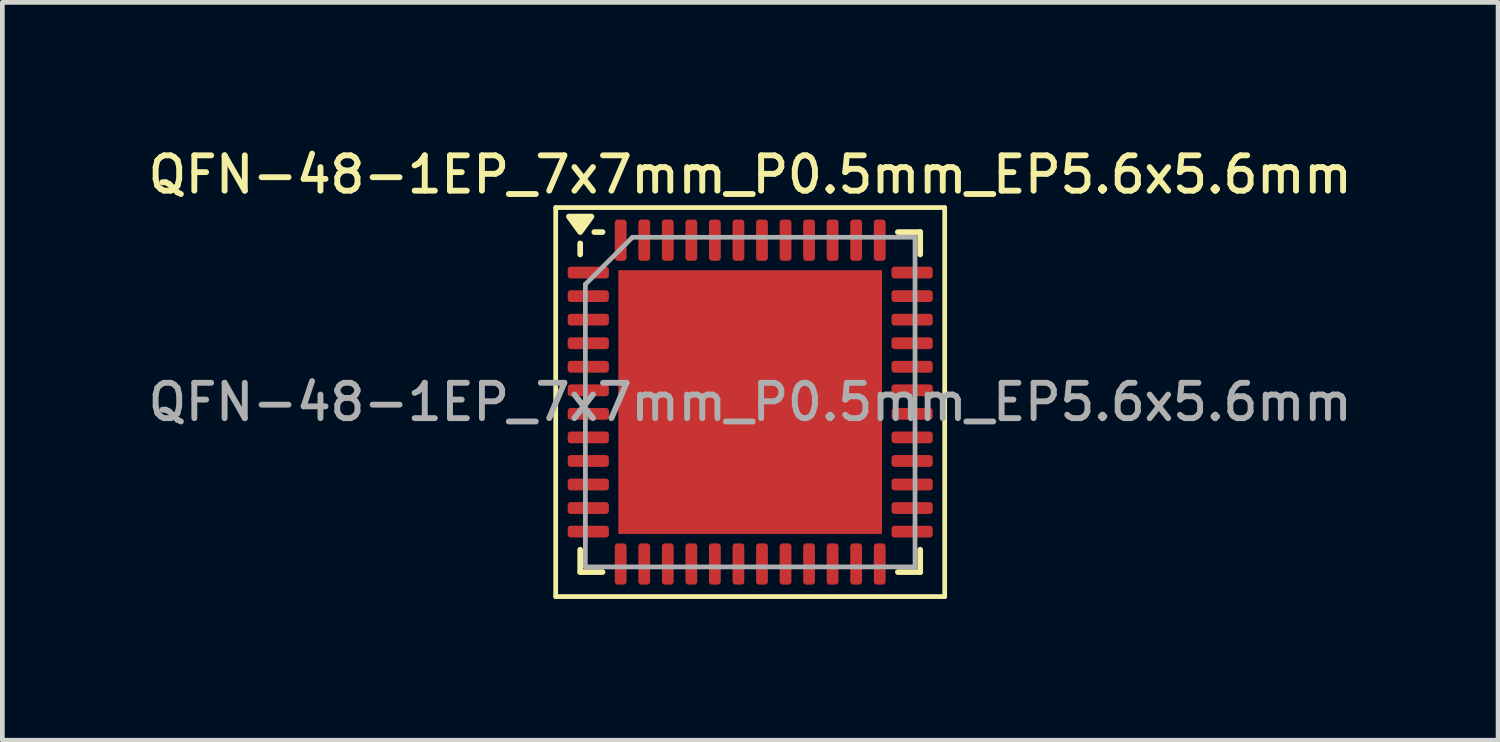
<source format=kicad_pcb>
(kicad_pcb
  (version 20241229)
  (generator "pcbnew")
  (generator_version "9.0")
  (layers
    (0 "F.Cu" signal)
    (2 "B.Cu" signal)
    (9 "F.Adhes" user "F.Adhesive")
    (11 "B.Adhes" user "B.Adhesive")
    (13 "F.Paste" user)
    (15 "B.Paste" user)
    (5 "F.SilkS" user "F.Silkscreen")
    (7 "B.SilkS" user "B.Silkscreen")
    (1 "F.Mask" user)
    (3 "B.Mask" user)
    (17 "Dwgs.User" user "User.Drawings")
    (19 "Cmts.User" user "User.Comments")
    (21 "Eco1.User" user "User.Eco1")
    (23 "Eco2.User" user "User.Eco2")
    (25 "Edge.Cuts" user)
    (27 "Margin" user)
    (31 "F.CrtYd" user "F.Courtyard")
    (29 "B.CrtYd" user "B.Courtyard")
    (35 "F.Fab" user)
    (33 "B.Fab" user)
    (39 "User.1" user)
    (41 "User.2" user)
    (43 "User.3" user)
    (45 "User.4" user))
  (footprint "QFN-48-1EP_7x7mm_P0.5mm_EP5.6x5.6mm"
    (layer "F.Cu")
    (at 12.88 5.488)
    (property "Reference" "QFN-48-1EP_7x7mm_P0.5mm_EP5.6x5.6mm" (at 0 -4.83 0) (layer "F.SilkS") (effects (font (size 0.75 0.75) (thickness 0.125))))
    (attr smd)
    (fp_line (start -4.13 -4.13) (end -4.13 4.13) (stroke (width 0.1) (type solid)) (layer "F.SilkS"))
    (fp_line (start -4.13 4.13) (end 4.13 4.13) (stroke (width 0.1) (type solid)) (layer "F.SilkS"))
    (fp_line (start -3.61 -3.135) (end -3.61 -3.37) (stroke (width 0.12) (type solid)) (layer "F.SilkS"))
    (fp_line (start -3.61 3.61) (end -3.61 3.135) (stroke (width 0.12) (type solid)) (layer "F.SilkS"))
    (fp_line (start -3.135 -3.61) (end -3.31 -3.61) (stroke (width 0.12) (type solid)) (layer "F.SilkS"))
    (fp_line (start -3.135 3.61) (end -3.61 3.61) (stroke (width 0.12) (type solid)) (layer "F.SilkS"))
    (fp_line (start 3.135 -3.61) (end 3.61 -3.61) (stroke (width 0.12) (type solid)) (layer "F.SilkS"))
    (fp_line (start 3.135 3.61) (end 3.61 3.61) (stroke (width 0.12) (type solid)) (layer "F.SilkS"))
    (fp_line (start 3.61 -3.61) (end 3.61 -3.135) (stroke (width 0.12) (type solid)) (layer "F.SilkS"))
    (fp_line (start 3.61 3.61) (end 3.61 3.135) (stroke (width 0.12) (type solid)) (layer "F.SilkS"))
    (fp_line (start 4.13 -4.13) (end -4.13 -4.13) (stroke (width 0.1) (type solid)) (layer "F.SilkS"))
    (fp_line (start 4.13 4.13) (end 4.13 -4.13) (stroke (width 0.1) (type solid)) (layer "F.SilkS"))
    (fp_poly (pts (xy -3.61 -3.61) (xy -3.85 -3.94) (xy -3.37 -3.94) (xy -3.61 -3.61)) (stroke (width 0.12) (type solid)) (fill yes) (layer "F.SilkS"))
    (fp_line (start -3.5 -2.5) (end -2.5 -3.5) (stroke (width 0.1) (type solid)) (layer "F.Fab"))
    (fp_line (start -3.5 3.5) (end -3.5 -2.5) (stroke (width 0.1) (type solid)) (layer "F.Fab"))
    (fp_line (start -2.5 -3.5) (end 3.5 -3.5) (stroke (width 0.1) (type solid)) (layer "F.Fab"))
    (fp_line (start 3.5 -3.5) (end 3.5 3.5) (stroke (width 0.1) (type solid)) (layer "F.Fab"))
    (fp_line (start 3.5 3.5) (end -3.5 3.5) (stroke (width 0.1) (type solid)) (layer "F.Fab"))
    (fp_text user "${REFERENCE}" (at 0 0 0) (layer "F.Fab") (effects (font (size 0.75 0.75) (thickness 0.125))))
    (pad "" smd roundrect (at -2.1 -2.1) (size 1.13 1.13) (layers "F.Paste") (roundrect_rratio 0.221))
    (pad "" smd roundrect (at -2.1 -0.7) (size 1.13 1.13) (layers "F.Paste") (roundrect_rratio 0.221))
    (pad "" smd roundrect (at -2.1 0.7) (size 1.13 1.13) (layers "F.Paste") (roundrect_rratio 0.221))
    (pad "" smd roundrect (at -2.1 2.1) (size 1.13 1.13) (layers "F.Paste") (roundrect_rratio 0.221))
    (pad "" smd roundrect (at -0.7 -2.1) (size 1.13 1.13) (layers "F.Paste") (roundrect_rratio 0.221))
    (pad "" smd roundrect (at -0.7 -0.7) (size 1.13 1.13) (layers "F.Paste") (roundrect_rratio 0.221))
    (pad "" smd roundrect (at -0.7 0.7) (size 1.13 1.13) (layers "F.Paste") (roundrect_rratio 0.221))
    (pad "" smd roundrect (at -0.7 2.1) (size 1.13 1.13) (layers "F.Paste") (roundrect_rratio 0.221))
    (pad "" smd roundrect (at 0.7 -2.1) (size 1.13 1.13) (layers "F.Paste") (roundrect_rratio 0.221))
    (pad "" smd roundrect (at 0.7 -0.7) (size 1.13 1.13) (layers "F.Paste") (roundrect_rratio 0.221))
    (pad "" smd roundrect (at 0.7 0.7) (size 1.13 1.13) (layers "F.Paste") (roundrect_rratio 0.221))
    (pad "" smd roundrect (at 0.7 2.1) (size 1.13 1.13) (layers "F.Paste") (roundrect_rratio 0.221))
    (pad "" smd roundrect (at 2.1 -2.1) (size 1.13 1.13) (layers "F.Paste") (roundrect_rratio 0.221))
    (pad "" smd roundrect (at 2.1 -0.7) (size 1.13 1.13) (layers "F.Paste") (roundrect_rratio 0.221))
    (pad "" smd roundrect (at 2.1 0.7) (size 1.13 1.13) (layers "F.Paste") (roundrect_rratio 0.221))
    (pad "" smd roundrect (at 2.1 2.1) (size 1.13 1.13) (layers "F.Paste") (roundrect_rratio 0.221))
    (pad "1" smd roundrect (at -3.438 -2.75) (size 0.875 0.25) (layers "F.Cu" "F.Mask" "F.Paste") (roundrect_rratio 0.25))
    (pad "2" smd roundrect (at -3.438 -2.25) (size 0.875 0.25) (layers "F.Cu" "F.Mask" "F.Paste") (roundrect_rratio 0.25))
    (pad "3" smd roundrect (at -3.438 -1.75) (size 0.875 0.25) (layers "F.Cu" "F.Mask" "F.Paste") (roundrect_rratio 0.25))
    (pad "4" smd roundrect (at -3.438 -1.25) (size 0.875 0.25) (layers "F.Cu" "F.Mask" "F.Paste") (roundrect_rratio 0.25))
    (pad "5" smd roundrect (at -3.438 -0.75) (size 0.875 0.25) (layers "F.Cu" "F.Mask" "F.Paste") (roundrect_rratio 0.25))
    (pad "6" smd roundrect (at -3.438 -0.25) (size 0.875 0.25) (layers "F.Cu" "F.Mask" "F.Paste") (roundrect_rratio 0.25))
    (pad "7" smd roundrect (at -3.438 0.25) (size 0.875 0.25) (layers "F.Cu" "F.Mask" "F.Paste") (roundrect_rratio 0.25))
    (pad "8" smd roundrect (at -3.438 0.75) (size 0.875 0.25) (layers "F.Cu" "F.Mask" "F.Paste") (roundrect_rratio 0.25))
    (pad "9" smd roundrect (at -3.438 1.25) (size 0.875 0.25) (layers "F.Cu" "F.Mask" "F.Paste") (roundrect_rratio 0.25))
    (pad "10" smd roundrect (at -3.438 1.75) (size 0.875 0.25) (layers "F.Cu" "F.Mask" "F.Paste") (roundrect_rratio 0.25))
    (pad "11" smd roundrect (at -3.438 2.25) (size 0.875 0.25) (layers "F.Cu" "F.Mask" "F.Paste") (roundrect_rratio 0.25))
    (pad "12" smd roundrect (at -3.438 2.75) (size 0.875 0.25) (layers "F.Cu" "F.Mask" "F.Paste") (roundrect_rratio 0.25))
    (pad "13" smd roundrect (at -2.75 3.438) (size 0.25 0.875) (layers "F.Cu" "F.Mask" "F.Paste") (roundrect_rratio 0.25))
    (pad "14" smd roundrect (at -2.25 3.438) (size 0.25 0.875) (layers "F.Cu" "F.Mask" "F.Paste") (roundrect_rratio 0.25))
    (pad "15" smd roundrect (at -1.75 3.438) (size 0.25 0.875) (layers "F.Cu" "F.Mask" "F.Paste") (roundrect_rratio 0.25))
    (pad "16" smd roundrect (at -1.25 3.438) (size 0.25 0.875) (layers "F.Cu" "F.Mask" "F.Paste") (roundrect_rratio 0.25))
    (pad "17" smd roundrect (at -0.75 3.438) (size 0.25 0.875) (layers "F.Cu" "F.Mask" "F.Paste") (roundrect_rratio 0.25))
    (pad "18" smd roundrect (at -0.25 3.438) (size 0.25 0.875) (layers "F.Cu" "F.Mask" "F.Paste") (roundrect_rratio 0.25))
    (pad "19" smd roundrect (at 0.25 3.438) (size 0.25 0.875) (layers "F.Cu" "F.Mask" "F.Paste") (roundrect_rratio 0.25))
    (pad "20" smd roundrect (at 0.75 3.438) (size 0.25 0.875) (layers "F.Cu" "F.Mask" "F.Paste") (roundrect_rratio 0.25))
    (pad "21" smd roundrect (at 1.25 3.438) (size 0.25 0.875) (layers "F.Cu" "F.Mask" "F.Paste") (roundrect_rratio 0.25))
    (pad "22" smd roundrect (at 1.75 3.438) (size 0.25 0.875) (layers "F.Cu" "F.Mask" "F.Paste") (roundrect_rratio 0.25))
    (pad "23" smd roundrect (at 2.25 3.438) (size 0.25 0.875) (layers "F.Cu" "F.Mask" "F.Paste") (roundrect_rratio 0.25))
    (pad "24" smd roundrect (at 2.75 3.438) (size 0.25 0.875) (layers "F.Cu" "F.Mask" "F.Paste") (roundrect_rratio 0.25))
    (pad "25" smd roundrect (at 3.438 2.75) (size 0.875 0.25) (layers "F.Cu" "F.Mask" "F.Paste") (roundrect_rratio 0.25))
    (pad "26" smd roundrect (at 3.438 2.25) (size 0.875 0.25) (layers "F.Cu" "F.Mask" "F.Paste") (roundrect_rratio 0.25))
    (pad "27" smd roundrect (at 3.438 1.75) (size 0.875 0.25) (layers "F.Cu" "F.Mask" "F.Paste") (roundrect_rratio 0.25))
    (pad "28" smd roundrect (at 3.438 1.25) (size 0.875 0.25) (layers "F.Cu" "F.Mask" "F.Paste") (roundrect_rratio 0.25))
    (pad "29" smd roundrect (at 3.438 0.75) (size 0.875 0.25) (layers "F.Cu" "F.Mask" "F.Paste") (roundrect_rratio 0.25))
    (pad "30" smd roundrect (at 3.438 0.25) (size 0.875 0.25) (layers "F.Cu" "F.Mask" "F.Paste") (roundrect_rratio 0.25))
    (pad "31" smd roundrect (at 3.438 -0.25) (size 0.875 0.25) (layers "F.Cu" "F.Mask" "F.Paste") (roundrect_rratio 0.25))
    (pad "32" smd roundrect (at 3.438 -0.75) (size 0.875 0.25) (layers "F.Cu" "F.Mask" "F.Paste") (roundrect_rratio 0.25))
    (pad "33" smd roundrect (at 3.438 -1.25) (size 0.875 0.25) (layers "F.Cu" "F.Mask" "F.Paste") (roundrect_rratio 0.25))
    (pad "34" smd roundrect (at 3.438 -1.75) (size 0.875 0.25) (layers "F.Cu" "F.Mask" "F.Paste") (roundrect_rratio 0.25))
    (pad "35" smd roundrect (at 3.438 -2.25) (size 0.875 0.25) (layers "F.Cu" "F.Mask" "F.Paste") (roundrect_rratio 0.25))
    (pad "36" smd roundrect (at 3.438 -2.75) (size 0.875 0.25) (layers "F.Cu" "F.Mask" "F.Paste") (roundrect_rratio 0.25))
    (pad "37" smd roundrect (at 2.75 -3.438) (size 0.25 0.875) (layers "F.Cu" "F.Mask" "F.Paste") (roundrect_rratio 0.25))
    (pad "38" smd roundrect (at 2.25 -3.438) (size 0.25 0.875) (layers "F.Cu" "F.Mask" "F.Paste") (roundrect_rratio 0.25))
    (pad "39" smd roundrect (at 1.75 -3.438) (size 0.25 0.875) (layers "F.Cu" "F.Mask" "F.Paste") (roundrect_rratio 0.25))
    (pad "40" smd roundrect (at 1.25 -3.438) (size 0.25 0.875) (layers "F.Cu" "F.Mask" "F.Paste") (roundrect_rratio 0.25))
    (pad "41" smd roundrect (at 0.75 -3.438) (size 0.25 0.875) (layers "F.Cu" "F.Mask" "F.Paste") (roundrect_rratio 0.25))
    (pad "42" smd roundrect (at 0.25 -3.438) (size 0.25 0.875) (layers "F.Cu" "F.Mask" "F.Paste") (roundrect_rratio 0.25))
    (pad "43" smd roundrect (at -0.25 -3.438) (size 0.25 0.875) (layers "F.Cu" "F.Mask" "F.Paste") (roundrect_rratio 0.25))
    (pad "44" smd roundrect (at -0.75 -3.438) (size 0.25 0.875) (layers "F.Cu" "F.Mask" "F.Paste") (roundrect_rratio 0.25))
    (pad "45" smd roundrect (at -1.25 -3.438) (size 0.25 0.875) (layers "F.Cu" "F.Mask" "F.Paste") (roundrect_rratio 0.25))
    (pad "46" smd roundrect (at -1.75 -3.438) (size 0.25 0.875) (layers "F.Cu" "F.Mask" "F.Paste") (roundrect_rratio 0.25))
    (pad "47" smd roundrect (at -2.25 -3.438) (size 0.25 0.875) (layers "F.Cu" "F.Mask" "F.Paste") (roundrect_rratio 0.25))
    (pad "48" smd roundrect (at -2.75 -3.438) (size 0.25 0.875) (layers "F.Cu" "F.Mask" "F.Paste") (roundrect_rratio 0.25))
    (pad "49" smd rect (at 0 0) (size 5.6 5.6) (property pad_prop_heatsink) (layers "F.Cu" "F.Mask")))
  (gr_rect
    (start -3 -3)
    (end 28.761 12.668)
    (stroke (width 0.1) (type default))
    (fill no)
    (layer "Edge.Cuts")))
</source>
